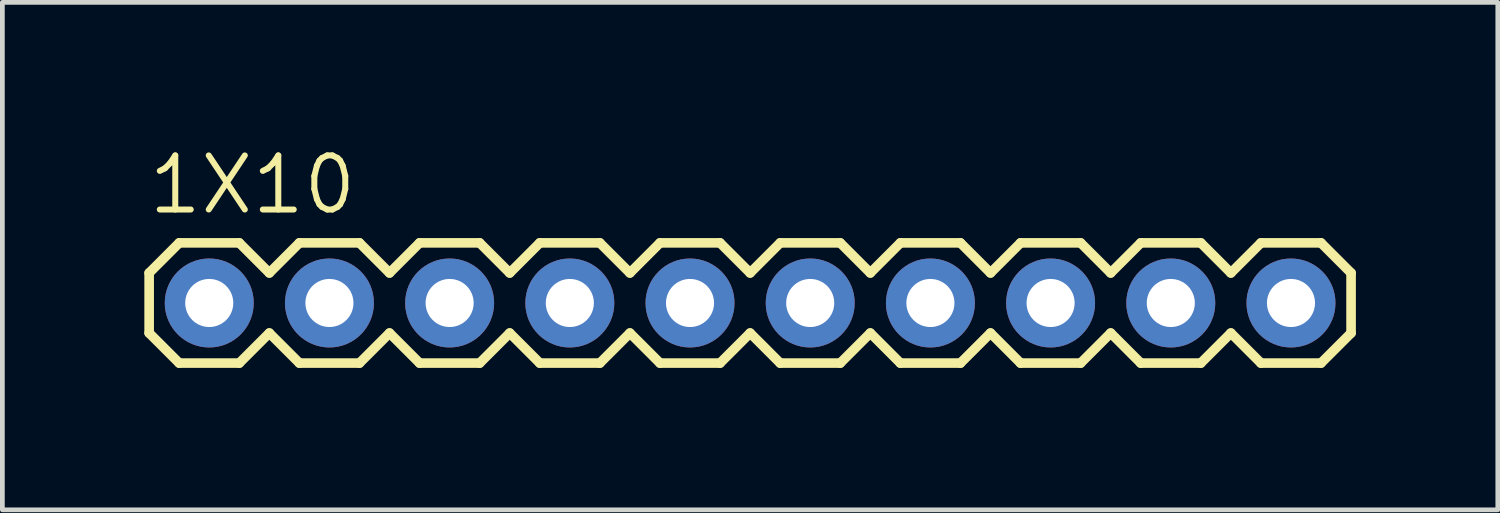
<source format=kicad_pcb>
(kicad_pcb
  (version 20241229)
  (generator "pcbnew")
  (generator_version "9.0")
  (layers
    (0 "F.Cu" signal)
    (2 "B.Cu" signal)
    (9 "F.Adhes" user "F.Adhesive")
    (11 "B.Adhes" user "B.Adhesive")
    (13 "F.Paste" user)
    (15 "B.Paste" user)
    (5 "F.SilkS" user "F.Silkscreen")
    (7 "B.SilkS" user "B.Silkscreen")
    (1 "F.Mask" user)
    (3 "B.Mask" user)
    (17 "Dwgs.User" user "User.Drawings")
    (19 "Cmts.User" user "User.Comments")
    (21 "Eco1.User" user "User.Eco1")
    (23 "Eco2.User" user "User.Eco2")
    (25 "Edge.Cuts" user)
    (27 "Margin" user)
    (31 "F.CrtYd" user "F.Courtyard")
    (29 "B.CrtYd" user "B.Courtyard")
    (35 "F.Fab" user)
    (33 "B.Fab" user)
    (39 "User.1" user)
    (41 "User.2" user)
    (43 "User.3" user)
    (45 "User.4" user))
  (footprint "1X10"
    (layer "F.Cu")
    (at 1.372 3.353)
    (property "Reference" "1X10" (at -1.346 -1.829 0) (unlocked yes) (layer "F.SilkS") (effects (font (size 1.143 1.143) (thickness 0.127)) (justify left bottom)))
    (fp_line (start -1.27 -0.635) (end -1.27 0.635) (stroke (width 0.203) (type solid)) (layer "F.SilkS"))
    (fp_line (start -1.27 0.635) (end -0.635 1.27) (stroke (width 0.203) (type solid)) (layer "F.SilkS"))
    (fp_line (start -0.635 -1.27) (end -1.27 -0.635) (stroke (width 0.203) (type solid)) (layer "F.SilkS"))
    (fp_line (start -0.635 -1.27) (end 0.635 -1.27) (stroke (width 0.203) (type solid)) (layer "F.SilkS"))
    (fp_line (start 0.635 -1.27) (end 1.27 -0.635) (stroke (width 0.203) (type solid)) (layer "F.SilkS"))
    (fp_line (start 0.635 1.27) (end -0.635 1.27) (stroke (width 0.203) (type solid)) (layer "F.SilkS"))
    (fp_line (start 1.27 -0.635) (end 1.905 -1.27) (stroke (width 0.203) (type solid)) (layer "F.SilkS"))
    (fp_line (start 1.27 0.635) (end 0.635 1.27) (stroke (width 0.203) (type solid)) (layer "F.SilkS"))
    (fp_line (start 1.905 -1.27) (end 3.175 -1.27) (stroke (width 0.203) (type solid)) (layer "F.SilkS"))
    (fp_line (start 1.905 1.27) (end 1.27 0.635) (stroke (width 0.203) (type solid)) (layer "F.SilkS"))
    (fp_line (start 3.175 -1.27) (end 3.81 -0.635) (stroke (width 0.203) (type solid)) (layer "F.SilkS"))
    (fp_line (start 3.175 1.27) (end 1.905 1.27) (stroke (width 0.203) (type solid)) (layer "F.SilkS"))
    (fp_line (start 3.81 -0.635) (end 4.445 -1.27) (stroke (width 0.203) (type solid)) (layer "F.SilkS"))
    (fp_line (start 3.81 0.635) (end 3.175 1.27) (stroke (width 0.203) (type solid)) (layer "F.SilkS"))
    (fp_line (start 4.445 -1.27) (end 5.715 -1.27) (stroke (width 0.203) (type solid)) (layer "F.SilkS"))
    (fp_line (start 4.445 1.27) (end 3.81 0.635) (stroke (width 0.203) (type solid)) (layer "F.SilkS"))
    (fp_line (start 5.715 -1.27) (end 6.35 -0.635) (stroke (width 0.203) (type solid)) (layer "F.SilkS"))
    (fp_line (start 5.715 1.27) (end 4.445 1.27) (stroke (width 0.203) (type solid)) (layer "F.SilkS"))
    (fp_line (start 6.35 0.635) (end 5.715 1.27) (stroke (width 0.203) (type solid)) (layer "F.SilkS"))
    (fp_line (start 6.35 0.635) (end 6.985 1.27) (stroke (width 0.203) (type solid)) (layer "F.SilkS"))
    (fp_line (start 6.985 -1.27) (end 6.35 -0.635) (stroke (width 0.203) (type solid)) (layer "F.SilkS"))
    (fp_line (start 6.985 -1.27) (end 8.255 -1.27) (stroke (width 0.203) (type solid)) (layer "F.SilkS"))
    (fp_line (start 8.255 -1.27) (end 8.89 -0.635) (stroke (width 0.203) (type solid)) (layer "F.SilkS"))
    (fp_line (start 8.255 1.27) (end 6.985 1.27) (stroke (width 0.203) (type solid)) (layer "F.SilkS"))
    (fp_line (start 8.89 -0.635) (end 9.525 -1.27) (stroke (width 0.203) (type solid)) (layer "F.SilkS"))
    (fp_line (start 8.89 0.635) (end 8.255 1.27) (stroke (width 0.203) (type solid)) (layer "F.SilkS"))
    (fp_line (start 9.525 -1.27) (end 10.795 -1.27) (stroke (width 0.203) (type solid)) (layer "F.SilkS"))
    (fp_line (start 9.525 1.27) (end 8.89 0.635) (stroke (width 0.203) (type solid)) (layer "F.SilkS"))
    (fp_line (start 10.795 -1.27) (end 11.43 -0.635) (stroke (width 0.203) (type solid)) (layer "F.SilkS"))
    (fp_line (start 10.795 1.27) (end 9.525 1.27) (stroke (width 0.203) (type solid)) (layer "F.SilkS"))
    (fp_line (start 11.43 -0.635) (end 12.065 -1.27) (stroke (width 0.203) (type solid)) (layer "F.SilkS"))
    (fp_line (start 11.43 0.635) (end 10.795 1.27) (stroke (width 0.203) (type solid)) (layer "F.SilkS"))
    (fp_line (start 12.065 -1.27) (end 13.335 -1.27) (stroke (width 0.203) (type solid)) (layer "F.SilkS"))
    (fp_line (start 12.065 1.27) (end 11.43 0.635) (stroke (width 0.203) (type solid)) (layer "F.SilkS"))
    (fp_line (start 13.335 -1.27) (end 13.97 -0.635) (stroke (width 0.203) (type solid)) (layer "F.SilkS"))
    (fp_line (start 13.335 1.27) (end 12.065 1.27) (stroke (width 0.203) (type solid)) (layer "F.SilkS"))
    (fp_line (start 13.97 0.635) (end 13.335 1.27) (stroke (width 0.203) (type solid)) (layer "F.SilkS"))
    (fp_line (start 13.97 0.635) (end 14.605 1.27) (stroke (width 0.203) (type solid)) (layer "F.SilkS"))
    (fp_line (start 14.605 -1.27) (end 13.97 -0.635) (stroke (width 0.203) (type solid)) (layer "F.SilkS"))
    (fp_line (start 14.605 -1.27) (end 15.875 -1.27) (stroke (width 0.203) (type solid)) (layer "F.SilkS"))
    (fp_line (start 15.875 -1.27) (end 16.51 -0.635) (stroke (width 0.203) (type solid)) (layer "F.SilkS"))
    (fp_line (start 15.875 1.27) (end 14.605 1.27) (stroke (width 0.203) (type solid)) (layer "F.SilkS"))
    (fp_line (start 16.51 0.635) (end 15.875 1.27) (stroke (width 0.203) (type solid)) (layer "F.SilkS"))
    (fp_line (start 16.51 0.635) (end 17.145 1.27) (stroke (width 0.203) (type solid)) (layer "F.SilkS"))
    (fp_line (start 17.145 -1.27) (end 16.51 -0.635) (stroke (width 0.203) (type solid)) (layer "F.SilkS"))
    (fp_line (start 17.145 -1.27) (end 18.415 -1.27) (stroke (width 0.203) (type solid)) (layer "F.SilkS"))
    (fp_line (start 18.415 -1.27) (end 19.05 -0.635) (stroke (width 0.203) (type solid)) (layer "F.SilkS"))
    (fp_line (start 18.415 1.27) (end 17.145 1.27) (stroke (width 0.203) (type solid)) (layer "F.SilkS"))
    (fp_line (start 19.05 0.635) (end 18.415 1.27) (stroke (width 0.203) (type solid)) (layer "F.SilkS"))
    (fp_line (start 19.05 0.635) (end 19.685 1.27) (stroke (width 0.203) (type solid)) (layer "F.SilkS"))
    (fp_line (start 19.685 -1.27) (end 19.05 -0.635) (stroke (width 0.203) (type solid)) (layer "F.SilkS"))
    (fp_line (start 19.685 -1.27) (end 20.955 -1.27) (stroke (width 0.203) (type solid)) (layer "F.SilkS"))
    (fp_line (start 20.955 -1.27) (end 21.59 -0.635) (stroke (width 0.203) (type solid)) (layer "F.SilkS"))
    (fp_line (start 20.955 1.27) (end 19.685 1.27) (stroke (width 0.203) (type solid)) (layer "F.SilkS"))
    (fp_line (start 21.59 0.635) (end 20.955 1.27) (stroke (width 0.203) (type solid)) (layer "F.SilkS"))
    (fp_line (start 21.59 0.635) (end 22.225 1.27) (stroke (width 0.203) (type solid)) (layer "F.SilkS"))
    (fp_line (start 22.225 -1.27) (end 21.59 -0.635) (stroke (width 0.203) (type solid)) (layer "F.SilkS"))
    (fp_line (start 22.225 -1.27) (end 23.495 -1.27) (stroke (width 0.203) (type solid)) (layer "F.SilkS"))
    (fp_line (start 23.495 -1.27) (end 24.13 -0.635) (stroke (width 0.203) (type solid)) (layer "F.SilkS"))
    (fp_line (start 23.495 1.27) (end 22.225 1.27) (stroke (width 0.203) (type solid)) (layer "F.SilkS"))
    (fp_line (start 24.13 -0.635) (end 24.13 0.635) (stroke (width 0.203) (type solid)) (layer "F.SilkS"))
    (fp_line (start 24.13 0.635) (end 23.495 1.27) (stroke (width 0.203) (type solid)) (layer "F.SilkS"))
    (fp_poly (pts (xy -0.254 0.254) (xy 0.254 0.254) (xy 0.254 -0.254) (xy -0.254 -0.254)) (stroke (width 0.1) (type default)) (fill no) (layer "F.Fab"))
    (fp_poly (pts (xy 2.286 0.254) (xy 2.794 0.254) (xy 2.794 -0.254) (xy 2.286 -0.254)) (stroke (width 0.1) (type default)) (fill no) (layer "F.Fab"))
    (fp_poly (pts (xy 4.826 0.254) (xy 5.334 0.254) (xy 5.334 -0.254) (xy 4.826 -0.254)) (stroke (width 0.1) (type default)) (fill no) (layer "F.Fab"))
    (fp_poly (pts (xy 7.366 0.254) (xy 7.874 0.254) (xy 7.874 -0.254) (xy 7.366 -0.254)) (stroke (width 0.1) (type default)) (fill no) (layer "F.Fab"))
    (fp_poly (pts (xy 9.906 0.254) (xy 10.414 0.254) (xy 10.414 -0.254) (xy 9.906 -0.254)) (stroke (width 0.1) (type default)) (fill no) (layer "F.Fab"))
    (fp_poly (pts (xy 12.446 0.254) (xy 12.954 0.254) (xy 12.954 -0.254) (xy 12.446 -0.254)) (stroke (width 0.1) (type default)) (fill no) (layer "F.Fab"))
    (fp_poly (pts (xy 14.986 0.254) (xy 15.494 0.254) (xy 15.494 -0.254) (xy 14.986 -0.254)) (stroke (width 0.1) (type default)) (fill no) (layer "F.Fab"))
    (fp_poly (pts (xy 17.526 0.254) (xy 18.034 0.254) (xy 18.034 -0.254) (xy 17.526 -0.254)) (stroke (width 0.1) (type default)) (fill no) (layer "F.Fab"))
    (fp_poly (pts (xy 20.066 0.254) (xy 20.574 0.254) (xy 20.574 -0.254) (xy 20.066 -0.254)) (stroke (width 0.1) (type default)) (fill no) (layer "F.Fab"))
    (fp_poly (pts (xy 22.606 0.254) (xy 23.114 0.254) (xy 23.114 -0.254) (xy 22.606 -0.254)) (stroke (width 0.1) (type default)) (fill no) (layer "F.Fab"))
    (pad "1" thru_hole circle (at 0 0 90) (size 1.88 1.88) (drill 1.016) (layers "*.Cu" "*.Mask"))
    (pad "2" thru_hole circle (at 2.54 0 90) (size 1.88 1.88) (drill 1.016) (layers "*.Cu" "*.Mask"))
    (pad "3" thru_hole circle (at 5.08 0 90) (size 1.88 1.88) (drill 1.016) (layers "*.Cu" "*.Mask"))
    (pad "4" thru_hole circle (at 7.62 0 90) (size 1.88 1.88) (drill 1.016) (layers "*.Cu" "*.Mask"))
    (pad "5" thru_hole circle (at 10.16 0 90) (size 1.88 1.88) (drill 1.016) (layers "*.Cu" "*.Mask"))
    (pad "6" thru_hole circle (at 12.7 0 90) (size 1.88 1.88) (drill 1.016) (layers "*.Cu" "*.Mask"))
    (pad "7" thru_hole circle (at 15.24 0 90) (size 1.88 1.88) (drill 1.016) (layers "*.Cu" "*.Mask"))
    (pad "8" thru_hole circle (at 17.78 0 90) (size 1.88 1.88) (drill 1.016) (layers "*.Cu" "*.Mask"))
    (pad "9" thru_hole circle (at 20.32 0 90) (size 1.88 1.88) (drill 1.016) (layers "*.Cu" "*.Mask"))
    (pad "10" thru_hole circle (at 22.86 0 90) (size 1.88 1.88) (drill 1.016) (layers "*.Cu" "*.Mask")))
  (gr_rect
    (start -3 -3)
    (end 28.603 7.724)
    (stroke (width 0.1) (type default))
    (fill no)
    (layer "Edge.Cuts")))
</source>
